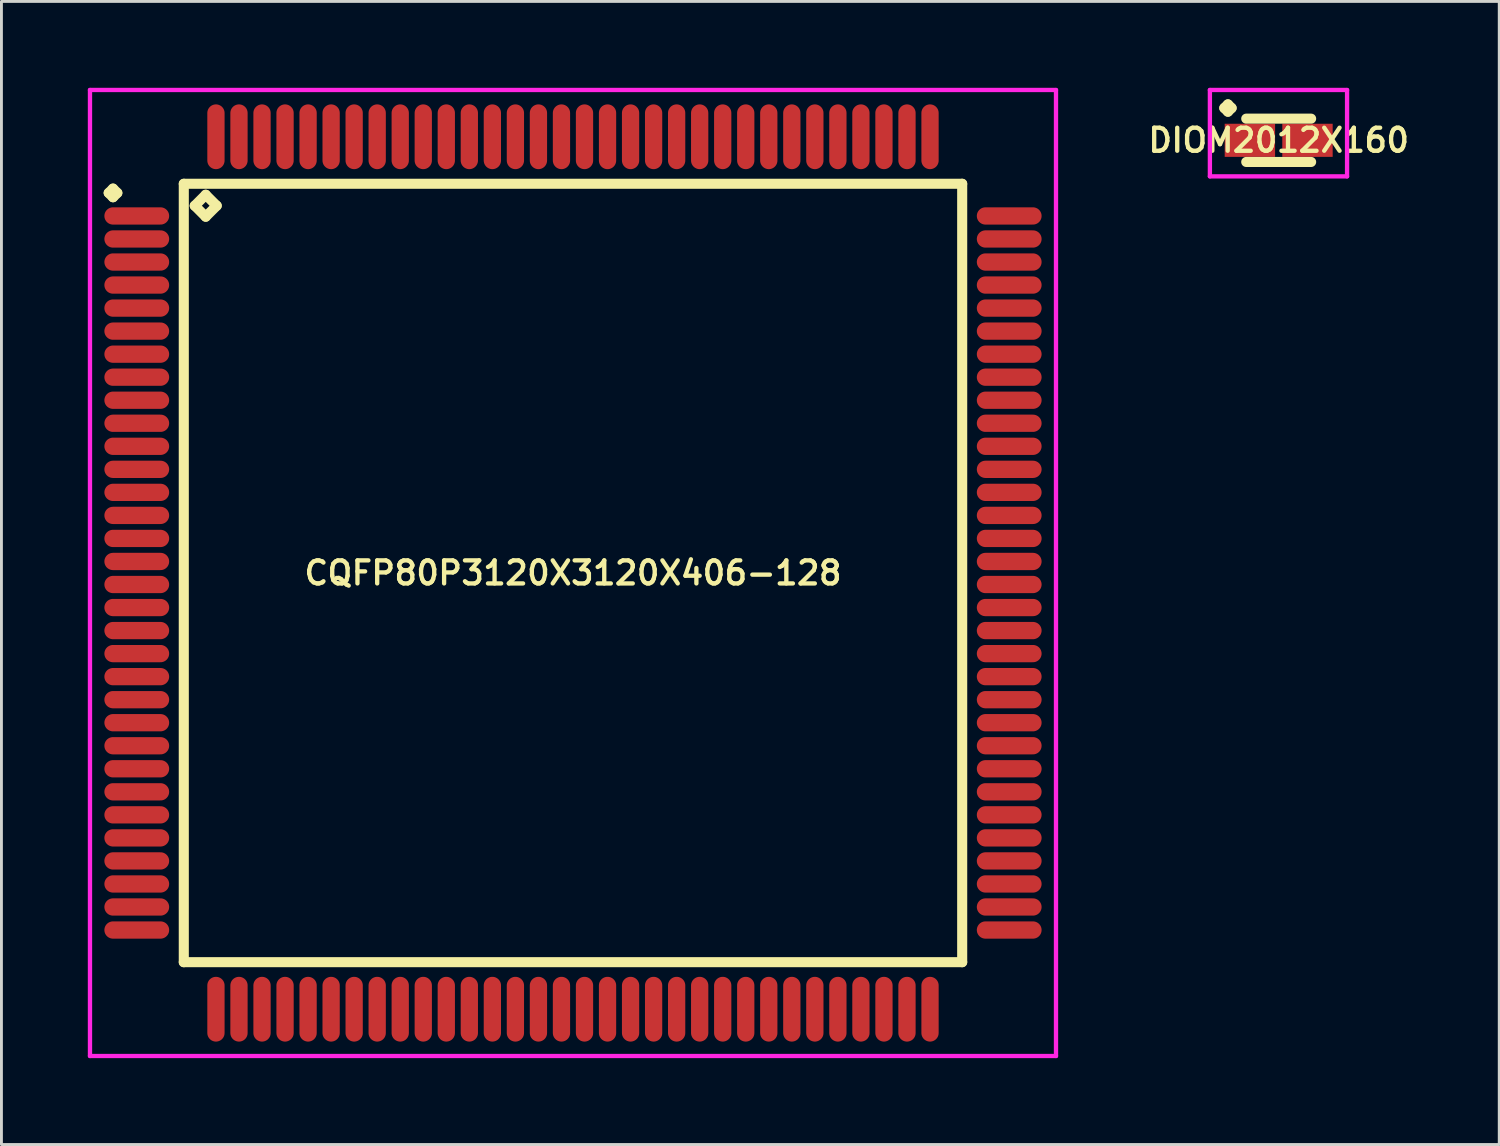
<source format=kicad_pcb>
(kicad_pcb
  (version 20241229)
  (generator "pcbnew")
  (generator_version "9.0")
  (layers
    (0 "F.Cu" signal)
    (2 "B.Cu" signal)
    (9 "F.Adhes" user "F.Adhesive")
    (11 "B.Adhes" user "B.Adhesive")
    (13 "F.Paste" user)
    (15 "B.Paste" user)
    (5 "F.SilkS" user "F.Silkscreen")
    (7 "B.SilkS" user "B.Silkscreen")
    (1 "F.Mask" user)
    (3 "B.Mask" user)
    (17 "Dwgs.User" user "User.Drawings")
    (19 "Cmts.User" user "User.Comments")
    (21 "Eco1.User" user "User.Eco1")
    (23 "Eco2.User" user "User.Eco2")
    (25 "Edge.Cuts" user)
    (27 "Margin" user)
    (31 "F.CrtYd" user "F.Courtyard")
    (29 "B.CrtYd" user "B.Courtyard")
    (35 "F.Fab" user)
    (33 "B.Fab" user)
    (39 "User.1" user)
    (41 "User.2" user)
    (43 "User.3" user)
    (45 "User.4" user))
  (footprint "DIOM2012X160"
    (layer "F.Cu")
    (at 41.359 1.823)
    (property "Reference" "DIOM2012X160" (at 0 0 0) (layer "F.SilkS") (effects (font (size 0.8 0.8) (thickness 0.15))))
    (attr smd)
    (fp_line (start -1.889 -1.121) (end -1.762 -1.248) (stroke (width 0.35) (type solid)) (layer "F.SilkS"))
    (fp_line (start -1.762 -1.248) (end -1.635 -1.121) (stroke (width 0.35) (type solid)) (layer "F.SilkS"))
    (fp_line (start -1.762 -0.994) (end -1.889 -1.121) (stroke (width 0.35) (type solid)) (layer "F.SilkS"))
    (fp_line (start -1.635 -1.121) (end -1.762 -0.994) (stroke (width 0.35) (type solid)) (layer "F.SilkS"))
    (fp_line (start -1.127 -0.752) (end 1.127 -0.752) (stroke (width 0.35) (type solid)) (layer "F.SilkS"))
    (fp_line (start -1.127 0.752) (end 1.127 0.752) (stroke (width 0.35) (type solid)) (layer "F.SilkS"))
    (fp_line (start -2.389 -1.748) (end 2.375 -1.748) (stroke (width 0.15) (type solid)) (layer "F.CrtYd"))
    (fp_line (start -2.389 1.252) (end -2.389 -1.748) (stroke (width 0.15) (type solid)) (layer "F.CrtYd"))
    (fp_line (start 2.375 -1.748) (end 2.375 1.252) (stroke (width 0.15) (type solid)) (layer "F.CrtYd"))
    (fp_line (start 2.375 1.252) (end -2.389 1.252) (stroke (width 0.15) (type solid)) (layer "F.CrtYd"))
    (pad "1" smd rect (at -1 0) (size 1.75 1.15) (layers "F.Cu" "F.Mask" "F.Paste"))
    (pad "2" smd rect (at 1 0) (size 1.75 1.15) (layers "F.Cu" "F.Mask" "F.Paste")))
  (footprint "CQFP80P3120X3120X406-128"
    (layer "F.Cu")
    (at 16.85 16.85)
    (property "Reference" "CQFP80P3120X3120X406-128" (at 0 0 0) (layer "F.SilkS") (effects (font (size 0.8 0.8) (thickness 0.15))))
    (attr smd)
    (fp_line (start -16.125 -13.2) (end -15.975 -13.35) (stroke (width 0.35) (type solid)) (layer "F.SilkS"))
    (fp_line (start -15.975 -13.35) (end -15.825 -13.2) (stroke (width 0.35) (type solid)) (layer "F.SilkS"))
    (fp_line (start -15.975 -13.05) (end -16.125 -13.2) (stroke (width 0.35) (type solid)) (layer "F.SilkS"))
    (fp_line (start -15.825 -13.2) (end -15.975 -13.05) (stroke (width 0.35) (type solid)) (layer "F.SilkS"))
    (fp_line (start -13.517 -13.517) (end -13.517 13.517) (stroke (width 0.35) (type solid)) (layer "F.SilkS"))
    (fp_line (start -13.517 13.517) (end 13.517 13.517) (stroke (width 0.35) (type solid)) (layer "F.SilkS"))
    (fp_line (start -13.136 -12.755) (end -12.755 -13.136) (stroke (width 0.35) (type solid)) (layer "F.SilkS"))
    (fp_line (start -12.755 -13.136) (end -12.374 -12.755) (stroke (width 0.35) (type solid)) (layer "F.SilkS"))
    (fp_line (start -12.755 -12.374) (end -13.136 -12.755) (stroke (width 0.35) (type solid)) (layer "F.SilkS"))
    (fp_line (start -12.374 -12.755) (end -12.755 -12.374) (stroke (width 0.35) (type solid)) (layer "F.SilkS"))
    (fp_line (start 13.517 -13.517) (end -13.517 -13.517) (stroke (width 0.35) (type solid)) (layer "F.SilkS"))
    (fp_line (start 13.517 13.517) (end 13.517 -13.517) (stroke (width 0.35) (type solid)) (layer "F.SilkS"))
    (fp_line (start -16.775 -16.775) (end 16.775 -16.775) (stroke (width 0.15) (type solid)) (layer "F.CrtYd"))
    (fp_line (start -16.775 16.775) (end -16.775 -16.775) (stroke (width 0.15) (type solid)) (layer "F.CrtYd"))
    (fp_line (start 16.775 -16.775) (end 16.775 16.775) (stroke (width 0.15) (type solid)) (layer "F.CrtYd"))
    (fp_line (start 16.775 16.775) (end -16.775 16.775) (stroke (width 0.15) (type solid)) (layer "F.CrtYd"))
    (pad "1" smd oval (at -15.15 -12.4) (size 2.25 0.6) (layers "F.Cu" "F.Mask" "F.Paste"))
    (pad "2" smd oval (at -15.15 -11.6) (size 2.25 0.6) (layers "F.Cu" "F.Mask" "F.Paste"))
    (pad "3" smd oval (at -15.15 -10.8) (size 2.25 0.6) (layers "F.Cu" "F.Mask" "F.Paste"))
    (pad "4" smd oval (at -15.15 -10) (size 2.25 0.6) (layers "F.Cu" "F.Mask" "F.Paste"))
    (pad "5" smd oval (at -15.15 -9.2) (size 2.25 0.6) (layers "F.Cu" "F.Mask" "F.Paste"))
    (pad "6" smd oval (at -15.15 -8.4) (size 2.25 0.6) (layers "F.Cu" "F.Mask" "F.Paste"))
    (pad "7" smd oval (at -15.15 -7.6) (size 2.25 0.6) (layers "F.Cu" "F.Mask" "F.Paste"))
    (pad "8" smd oval (at -15.15 -6.8) (size 2.25 0.6) (layers "F.Cu" "F.Mask" "F.Paste"))
    (pad "9" smd oval (at -15.15 -6) (size 2.25 0.6) (layers "F.Cu" "F.Mask" "F.Paste"))
    (pad "10" smd oval (at -15.15 -5.2) (size 2.25 0.6) (layers "F.Cu" "F.Mask" "F.Paste"))
    (pad "11" smd oval (at -15.15 -4.4) (size 2.25 0.6) (layers "F.Cu" "F.Mask" "F.Paste"))
    (pad "12" smd oval (at -15.15 -3.6) (size 2.25 0.6) (layers "F.Cu" "F.Mask" "F.Paste"))
    (pad "13" smd oval (at -15.15 -2.8) (size 2.25 0.6) (layers "F.Cu" "F.Mask" "F.Paste"))
    (pad "14" smd oval (at -15.15 -2) (size 2.25 0.6) (layers "F.Cu" "F.Mask" "F.Paste"))
    (pad "15" smd oval (at -15.15 -1.2) (size 2.25 0.6) (layers "F.Cu" "F.Mask" "F.Paste"))
    (pad "16" smd oval (at -15.15 -0.4) (size 2.25 0.6) (layers "F.Cu" "F.Mask" "F.Paste"))
    (pad "17" smd oval (at -15.15 0.4) (size 2.25 0.6) (layers "F.Cu" "F.Mask" "F.Paste"))
    (pad "18" smd oval (at -15.15 1.2) (size 2.25 0.6) (layers "F.Cu" "F.Mask" "F.Paste"))
    (pad "19" smd oval (at -15.15 2) (size 2.25 0.6) (layers "F.Cu" "F.Mask" "F.Paste"))
    (pad "20" smd oval (at -15.15 2.8) (size 2.25 0.6) (layers "F.Cu" "F.Mask" "F.Paste"))
    (pad "21" smd oval (at -15.15 3.6) (size 2.25 0.6) (layers "F.Cu" "F.Mask" "F.Paste"))
    (pad "22" smd oval (at -15.15 4.4) (size 2.25 0.6) (layers "F.Cu" "F.Mask" "F.Paste"))
    (pad "23" smd oval (at -15.15 5.2) (size 2.25 0.6) (layers "F.Cu" "F.Mask" "F.Paste"))
    (pad "24" smd oval (at -15.15 6) (size 2.25 0.6) (layers "F.Cu" "F.Mask" "F.Paste"))
    (pad "25" smd oval (at -15.15 6.8) (size 2.25 0.6) (layers "F.Cu" "F.Mask" "F.Paste"))
    (pad "26" smd oval (at -15.15 7.6) (size 2.25 0.6) (layers "F.Cu" "F.Mask" "F.Paste"))
    (pad "27" smd oval (at -15.15 8.4) (size 2.25 0.6) (layers "F.Cu" "F.Mask" "F.Paste"))
    (pad "28" smd oval (at -15.15 9.2) (size 2.25 0.6) (layers "F.Cu" "F.Mask" "F.Paste"))
    (pad "29" smd oval (at -15.15 10) (size 2.25 0.6) (layers "F.Cu" "F.Mask" "F.Paste"))
    (pad "30" smd oval (at -15.15 10.8) (size 2.25 0.6) (layers "F.Cu" "F.Mask" "F.Paste"))
    (pad "31" smd oval (at -15.15 11.6) (size 2.25 0.6) (layers "F.Cu" "F.Mask" "F.Paste"))
    (pad "32" smd oval (at -15.15 12.4) (size 2.25 0.6) (layers "F.Cu" "F.Mask" "F.Paste"))
    (pad "33" smd oval (at -12.4 15.15) (size 0.6 2.25) (layers "F.Cu" "F.Mask" "F.Paste"))
    (pad "34" smd oval (at -11.6 15.15) (size 0.6 2.25) (layers "F.Cu" "F.Mask" "F.Paste"))
    (pad "35" smd oval (at -10.8 15.15) (size 0.6 2.25) (layers "F.Cu" "F.Mask" "F.Paste"))
    (pad "36" smd oval (at -10 15.15) (size 0.6 2.25) (layers "F.Cu" "F.Mask" "F.Paste"))
    (pad "37" smd oval (at -9.2 15.15) (size 0.6 2.25) (layers "F.Cu" "F.Mask" "F.Paste"))
    (pad "38" smd oval (at -8.4 15.15) (size 0.6 2.25) (layers "F.Cu" "F.Mask" "F.Paste"))
    (pad "39" smd oval (at -7.6 15.15) (size 0.6 2.25) (layers "F.Cu" "F.Mask" "F.Paste"))
    (pad "40" smd oval (at -6.8 15.15) (size 0.6 2.25) (layers "F.Cu" "F.Mask" "F.Paste"))
    (pad "41" smd oval (at -6 15.15) (size 0.6 2.25) (layers "F.Cu" "F.Mask" "F.Paste"))
    (pad "42" smd oval (at -5.2 15.15) (size 0.6 2.25) (layers "F.Cu" "F.Mask" "F.Paste"))
    (pad "43" smd oval (at -4.4 15.15) (size 0.6 2.25) (layers "F.Cu" "F.Mask" "F.Paste"))
    (pad "44" smd oval (at -3.6 15.15) (size 0.6 2.25) (layers "F.Cu" "F.Mask" "F.Paste"))
    (pad "45" smd oval (at -2.8 15.15) (size 0.6 2.25) (layers "F.Cu" "F.Mask" "F.Paste"))
    (pad "46" smd oval (at -2 15.15) (size 0.6 2.25) (layers "F.Cu" "F.Mask" "F.Paste"))
    (pad "47" smd oval (at -1.2 15.15) (size 0.6 2.25) (layers "F.Cu" "F.Mask" "F.Paste"))
    (pad "48" smd oval (at -0.4 15.15) (size 0.6 2.25) (layers "F.Cu" "F.Mask" "F.Paste"))
    (pad "49" smd oval (at 0.4 15.15) (size 0.6 2.25) (layers "F.Cu" "F.Mask" "F.Paste"))
    (pad "50" smd oval (at 1.2 15.15) (size 0.6 2.25) (layers "F.Cu" "F.Mask" "F.Paste"))
    (pad "51" smd oval (at 2 15.15) (size 0.6 2.25) (layers "F.Cu" "F.Mask" "F.Paste"))
    (pad "52" smd oval (at 2.8 15.15) (size 0.6 2.25) (layers "F.Cu" "F.Mask" "F.Paste"))
    (pad "53" smd oval (at 3.6 15.15) (size 0.6 2.25) (layers "F.Cu" "F.Mask" "F.Paste"))
    (pad "54" smd oval (at 4.4 15.15) (size 0.6 2.25) (layers "F.Cu" "F.Mask" "F.Paste"))
    (pad "55" smd oval (at 5.2 15.15) (size 0.6 2.25) (layers "F.Cu" "F.Mask" "F.Paste"))
    (pad "56" smd oval (at 6 15.15) (size 0.6 2.25) (layers "F.Cu" "F.Mask" "F.Paste"))
    (pad "57" smd oval (at 6.8 15.15) (size 0.6 2.25) (layers "F.Cu" "F.Mask" "F.Paste"))
    (pad "58" smd oval (at 7.6 15.15) (size 0.6 2.25) (layers "F.Cu" "F.Mask" "F.Paste"))
    (pad "59" smd oval (at 8.4 15.15) (size 0.6 2.25) (layers "F.Cu" "F.Mask" "F.Paste"))
    (pad "60" smd oval (at 9.2 15.15) (size 0.6 2.25) (layers "F.Cu" "F.Mask" "F.Paste"))
    (pad "61" smd oval (at 10 15.15) (size 0.6 2.25) (layers "F.Cu" "F.Mask" "F.Paste"))
    (pad "62" smd oval (at 10.8 15.15) (size 0.6 2.25) (layers "F.Cu" "F.Mask" "F.Paste"))
    (pad "63" smd oval (at 11.6 15.15) (size 0.6 2.25) (layers "F.Cu" "F.Mask" "F.Paste"))
    (pad "64" smd oval (at 12.4 15.15) (size 0.6 2.25) (layers "F.Cu" "F.Mask" "F.Paste"))
    (pad "65" smd oval (at 15.15 12.4) (size 2.25 0.6) (layers "F.Cu" "F.Mask" "F.Paste"))
    (pad "66" smd oval (at 15.15 11.6) (size 2.25 0.6) (layers "F.Cu" "F.Mask" "F.Paste"))
    (pad "67" smd oval (at 15.15 10.8) (size 2.25 0.6) (layers "F.Cu" "F.Mask" "F.Paste"))
    (pad "68" smd oval (at 15.15 10) (size 2.25 0.6) (layers "F.Cu" "F.Mask" "F.Paste"))
    (pad "69" smd oval (at 15.15 9.2) (size 2.25 0.6) (layers "F.Cu" "F.Mask" "F.Paste"))
    (pad "70" smd oval (at 15.15 8.4) (size 2.25 0.6) (layers "F.Cu" "F.Mask" "F.Paste"))
    (pad "71" smd oval (at 15.15 7.6) (size 2.25 0.6) (layers "F.Cu" "F.Mask" "F.Paste"))
    (pad "72" smd oval (at 15.15 6.8) (size 2.25 0.6) (layers "F.Cu" "F.Mask" "F.Paste"))
    (pad "73" smd oval (at 15.15 6) (size 2.25 0.6) (layers "F.Cu" "F.Mask" "F.Paste"))
    (pad "74" smd oval (at 15.15 5.2) (size 2.25 0.6) (layers "F.Cu" "F.Mask" "F.Paste"))
    (pad "75" smd oval (at 15.15 4.4) (size 2.25 0.6) (layers "F.Cu" "F.Mask" "F.Paste"))
    (pad "76" smd oval (at 15.15 3.6) (size 2.25 0.6) (layers "F.Cu" "F.Mask" "F.Paste"))
    (pad "77" smd oval (at 15.15 2.8) (size 2.25 0.6) (layers "F.Cu" "F.Mask" "F.Paste"))
    (pad "78" smd oval (at 15.15 2) (size 2.25 0.6) (layers "F.Cu" "F.Mask" "F.Paste"))
    (pad "79" smd oval (at 15.15 1.2) (size 2.25 0.6) (layers "F.Cu" "F.Mask" "F.Paste"))
    (pad "80" smd oval (at 15.15 0.4) (size 2.25 0.6) (layers "F.Cu" "F.Mask" "F.Paste"))
    (pad "81" smd oval (at 15.15 -0.4) (size 2.25 0.6) (layers "F.Cu" "F.Mask" "F.Paste"))
    (pad "82" smd oval (at 15.15 -1.2) (size 2.25 0.6) (layers "F.Cu" "F.Mask" "F.Paste"))
    (pad "83" smd oval (at 15.15 -2) (size 2.25 0.6) (layers "F.Cu" "F.Mask" "F.Paste"))
    (pad "84" smd oval (at 15.15 -2.8) (size 2.25 0.6) (layers "F.Cu" "F.Mask" "F.Paste"))
    (pad "85" smd oval (at 15.15 -3.6) (size 2.25 0.6) (layers "F.Cu" "F.Mask" "F.Paste"))
    (pad "86" smd oval (at 15.15 -4.4) (size 2.25 0.6) (layers "F.Cu" "F.Mask" "F.Paste"))
    (pad "87" smd oval (at 15.15 -5.2) (size 2.25 0.6) (layers "F.Cu" "F.Mask" "F.Paste"))
    (pad "88" smd oval (at 15.15 -6) (size 2.25 0.6) (layers "F.Cu" "F.Mask" "F.Paste"))
    (pad "89" smd oval (at 15.15 -6.8) (size 2.25 0.6) (layers "F.Cu" "F.Mask" "F.Paste"))
    (pad "90" smd oval (at 15.15 -7.6) (size 2.25 0.6) (layers "F.Cu" "F.Mask" "F.Paste"))
    (pad "91" smd oval (at 15.15 -8.4) (size 2.25 0.6) (layers "F.Cu" "F.Mask" "F.Paste"))
    (pad "92" smd oval (at 15.15 -9.2) (size 2.25 0.6) (layers "F.Cu" "F.Mask" "F.Paste"))
    (pad "93" smd oval (at 15.15 -10) (size 2.25 0.6) (layers "F.Cu" "F.Mask" "F.Paste"))
    (pad "94" smd oval (at 15.15 -10.8) (size 2.25 0.6) (layers "F.Cu" "F.Mask" "F.Paste"))
    (pad "95" smd oval (at 15.15 -11.6) (size 2.25 0.6) (layers "F.Cu" "F.Mask" "F.Paste"))
    (pad "96" smd oval (at 15.15 -12.4) (size 2.25 0.6) (layers "F.Cu" "F.Mask" "F.Paste"))
    (pad "97" smd oval (at 12.4 -15.15) (size 0.6 2.25) (layers "F.Cu" "F.Mask" "F.Paste"))
    (pad "98" smd oval (at 11.6 -15.15) (size 0.6 2.25) (layers "F.Cu" "F.Mask" "F.Paste"))
    (pad "99" smd oval (at 10.8 -15.15) (size 0.6 2.25) (layers "F.Cu" "F.Mask" "F.Paste"))
    (pad "100" smd oval (at 10 -15.15) (size 0.6 2.25) (layers "F.Cu" "F.Mask" "F.Paste"))
    (pad "101" smd oval (at 9.2 -15.15) (size 0.6 2.25) (layers "F.Cu" "F.Mask" "F.Paste"))
    (pad "102" smd oval (at 8.4 -15.15) (size 0.6 2.25) (layers "F.Cu" "F.Mask" "F.Paste"))
    (pad "103" smd oval (at 7.6 -15.15) (size 0.6 2.25) (layers "F.Cu" "F.Mask" "F.Paste"))
    (pad "104" smd oval (at 6.8 -15.15) (size 0.6 2.25) (layers "F.Cu" "F.Mask" "F.Paste"))
    (pad "105" smd oval (at 6 -15.15) (size 0.6 2.25) (layers "F.Cu" "F.Mask" "F.Paste"))
    (pad "106" smd oval (at 5.2 -15.15) (size 0.6 2.25) (layers "F.Cu" "F.Mask" "F.Paste"))
    (pad "107" smd oval (at 4.4 -15.15) (size 0.6 2.25) (layers "F.Cu" "F.Mask" "F.Paste"))
    (pad "108" smd oval (at 3.6 -15.15) (size 0.6 2.25) (layers "F.Cu" "F.Mask" "F.Paste"))
    (pad "109" smd oval (at 2.8 -15.15) (size 0.6 2.25) (layers "F.Cu" "F.Mask" "F.Paste"))
    (pad "110" smd oval (at 2 -15.15) (size 0.6 2.25) (layers "F.Cu" "F.Mask" "F.Paste"))
    (pad "111" smd oval (at 1.2 -15.15) (size 0.6 2.25) (layers "F.Cu" "F.Mask" "F.Paste"))
    (pad "112" smd oval (at 0.4 -15.15) (size 0.6 2.25) (layers "F.Cu" "F.Mask" "F.Paste"))
    (pad "113" smd oval (at -0.4 -15.15) (size 0.6 2.25) (layers "F.Cu" "F.Mask" "F.Paste"))
    (pad "114" smd oval (at -1.2 -15.15) (size 0.6 2.25) (layers "F.Cu" "F.Mask" "F.Paste"))
    (pad "115" smd oval (at -2 -15.15) (size 0.6 2.25) (layers "F.Cu" "F.Mask" "F.Paste"))
    (pad "116" smd oval (at -2.8 -15.15) (size 0.6 2.25) (layers "F.Cu" "F.Mask" "F.Paste"))
    (pad "117" smd oval (at -3.6 -15.15) (size 0.6 2.25) (layers "F.Cu" "F.Mask" "F.Paste"))
    (pad "118" smd oval (at -4.4 -15.15) (size 0.6 2.25) (layers "F.Cu" "F.Mask" "F.Paste"))
    (pad "119" smd oval (at -5.2 -15.15) (size 0.6 2.25) (layers "F.Cu" "F.Mask" "F.Paste"))
    (pad "120" smd oval (at -6 -15.15) (size 0.6 2.25) (layers "F.Cu" "F.Mask" "F.Paste"))
    (pad "121" smd oval (at -6.8 -15.15) (size 0.6 2.25) (layers "F.Cu" "F.Mask" "F.Paste"))
    (pad "122" smd oval (at -7.6 -15.15) (size 0.6 2.25) (layers "F.Cu" "F.Mask" "F.Paste"))
    (pad "123" smd oval (at -8.4 -15.15) (size 0.6 2.25) (layers "F.Cu" "F.Mask" "F.Paste"))
    (pad "124" smd oval (at -9.2 -15.15) (size 0.6 2.25) (layers "F.Cu" "F.Mask" "F.Paste"))
    (pad "125" smd oval (at -10 -15.15) (size 0.6 2.25) (layers "F.Cu" "F.Mask" "F.Paste"))
    (pad "126" smd oval (at -10.8 -15.15) (size 0.6 2.25) (layers "F.Cu" "F.Mask" "F.Paste"))
    (pad "127" smd oval (at -11.6 -15.15) (size 0.6 2.25) (layers "F.Cu" "F.Mask" "F.Paste"))
    (pad "128" smd oval (at -12.4 -15.15) (size 0.6 2.25) (layers "F.Cu" "F.Mask" "F.Paste")))
  (gr_rect
    (start -3 -3)
    (end 49.019 36.7)
    (stroke (width 0.1) (type default))
    (fill no)
    (layer "Edge.Cuts")))
</source>
